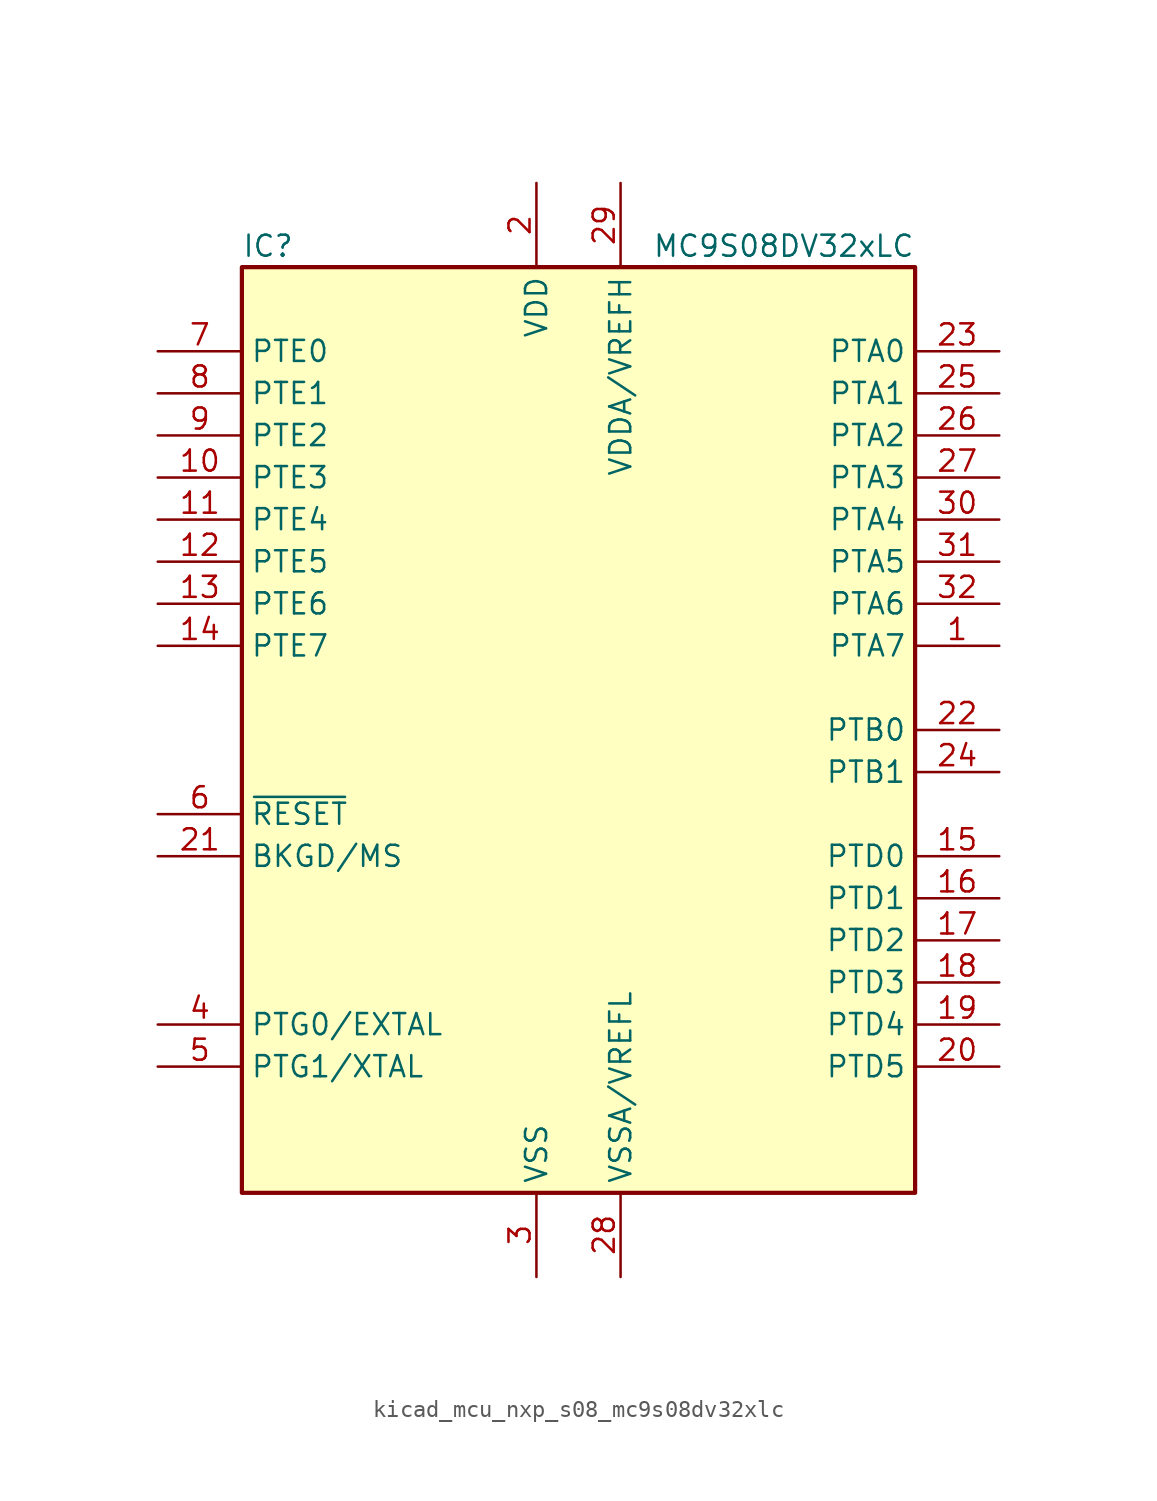
<source format=kicad_sym>
(kicad_symbol_lib
  (version 20220914)
  (generator kicad_symbol_editor)
  (symbol "kicad_mcu_nxp_s08_mc9s08dv32xlc"
    (property "Reference" "IC"
      (at -20.32 29.21 0)
      (effects (font (size 1.27 1.27)) (justify left)))
    (property "Value" "MC9S08DV32xLC"
      (at 20.32 29.21 0)
      (effects (font (size 1.27 1.27)) (justify right)))
    (symbol "kicad_mcu_nxp_s08_mc9s08dv32xlc_0_1"
      (rectangle (start -20.32 27.94) (end 20.32 -27.94) (stroke (width 0.254) (type default)) (fill (type background))))
    (symbol "kicad_mcu_nxp_s08_mc9s08dv32xlc_1_1"
      (pin bidirectional line (at 25.4 5.08 180) (length 5.08) (name "PTA7" (effects (font (size 1.27 1.27)))) (number "1" (effects (font (size 1.27 1.27)))))
      (pin bidirectional line (at -25.4 15.24 0) (length 5.08) (name "PTE3" (effects (font (size 1.27 1.27)))) (number "10" (effects (font (size 1.27 1.27)))))
      (pin bidirectional line (at -25.4 12.7 0) (length 5.08) (name "PTE4" (effects (font (size 1.27 1.27)))) (number "11" (effects (font (size 1.27 1.27)))))
      (pin bidirectional line (at -25.4 10.16 0) (length 5.08) (name "PTE5" (effects (font (size 1.27 1.27)))) (number "12" (effects (font (size 1.27 1.27)))))
      (pin bidirectional line (at -25.4 7.62 0) (length 5.08) (name "PTE6" (effects (font (size 1.27 1.27)))) (number "13" (effects (font (size 1.27 1.27)))))
      (pin bidirectional line (at -25.4 5.08 0) (length 5.08) (name "PTE7" (effects (font (size 1.27 1.27)))) (number "14" (effects (font (size 1.27 1.27)))))
      (pin bidirectional line (at 25.4 -7.62 180) (length 5.08) (name "PTD0" (effects (font (size 1.27 1.27)))) (number "15" (effects (font (size 1.27 1.27)))))
      (pin bidirectional line (at 25.4 -10.16 180) (length 5.08) (name "PTD1" (effects (font (size 1.27 1.27)))) (number "16" (effects (font (size 1.27 1.27)))))
      (pin bidirectional line (at 25.4 -12.7 180) (length 5.08) (name "PTD2" (effects (font (size 1.27 1.27)))) (number "17" (effects (font (size 1.27 1.27)))))
      (pin bidirectional line (at 25.4 -15.24 180) (length 5.08) (name "PTD3" (effects (font (size 1.27 1.27)))) (number "18" (effects (font (size 1.27 1.27)))))
      (pin bidirectional line (at 25.4 -17.78 180) (length 5.08) (name "PTD4" (effects (font (size 1.27 1.27)))) (number "19" (effects (font (size 1.27 1.27)))))
      (pin power_in line (at -2.54 33.02 270) (length 5.08) (name "VDD" (effects (font (size 1.27 1.27)))) (number "2" (effects (font (size 1.27 1.27)))))
      (pin bidirectional line (at 25.4 -20.32 180) (length 5.08) (name "PTD5" (effects (font (size 1.27 1.27)))) (number "20" (effects (font (size 1.27 1.27)))))
      (pin bidirectional line (at -25.4 -7.62 0) (length 5.08) (name "BKGD/MS" (effects (font (size 1.27 1.27)))) (number "21" (effects (font (size 1.27 1.27)))))
      (pin bidirectional line (at 25.4 0 180) (length 5.08) (name "PTB0" (effects (font (size 1.27 1.27)))) (number "22" (effects (font (size 1.27 1.27)))))
      (pin bidirectional line (at 25.4 22.86 180) (length 5.08) (name "PTA0" (effects (font (size 1.27 1.27)))) (number "23" (effects (font (size 1.27 1.27)))))
      (pin bidirectional line (at 25.4 -2.54 180) (length 5.08) (name "PTB1" (effects (font (size 1.27 1.27)))) (number "24" (effects (font (size 1.27 1.27)))))
      (pin bidirectional line (at 25.4 20.32 180) (length 5.08) (name "PTA1" (effects (font (size 1.27 1.27)))) (number "25" (effects (font (size 1.27 1.27)))))
      (pin bidirectional line (at 25.4 17.78 180) (length 5.08) (name "PTA2" (effects (font (size 1.27 1.27)))) (number "26" (effects (font (size 1.27 1.27)))))
      (pin bidirectional line (at 25.4 15.24 180) (length 5.08) (name "PTA3" (effects (font (size 1.27 1.27)))) (number "27" (effects (font (size 1.27 1.27)))))
      (pin power_in line (at 2.54 -33.02 90) (length 5.08) (name "VSSA/VREFL" (effects (font (size 1.27 1.27)))) (number "28" (effects (font (size 1.27 1.27)))))
      (pin power_in line (at 2.54 33.02 270) (length 5.08) (name "VDDA/VREFH" (effects (font (size 1.27 1.27)))) (number "29" (effects (font (size 1.27 1.27)))))
      (pin power_in line (at -2.54 -33.02 90) (length 5.08) (name "VSS" (effects (font (size 1.27 1.27)))) (number "3" (effects (font (size 1.27 1.27)))))
      (pin bidirectional line (at 25.4 12.7 180) (length 5.08) (name "PTA4" (effects (font (size 1.27 1.27)))) (number "30" (effects (font (size 1.27 1.27)))))
      (pin bidirectional line (at 25.4 10.16 180) (length 5.08) (name "PTA5" (effects (font (size 1.27 1.27)))) (number "31" (effects (font (size 1.27 1.27)))))
      (pin bidirectional line (at 25.4 7.62 180) (length 5.08) (name "PTA6" (effects (font (size 1.27 1.27)))) (number "32" (effects (font (size 1.27 1.27)))))
      (pin bidirectional line (at -25.4 -17.78 0) (length 5.08) (name "PTG0/EXTAL" (effects (font (size 1.27 1.27)))) (number "4" (effects (font (size 1.27 1.27)))))
      (pin bidirectional line (at -25.4 -20.32 0) (length 5.08) (name "PTG1/XTAL" (effects (font (size 1.27 1.27)))) (number "5" (effects (font (size 1.27 1.27)))))
      (pin input line (at -25.4 -5.08 0) (length 5.08) (name "~{RESET}" (effects (font (size 1.27 1.27)))) (number "6" (effects (font (size 1.27 1.27)))))
      (pin bidirectional line (at -25.4 22.86 0) (length 5.08) (name "PTE0" (effects (font (size 1.27 1.27)))) (number "7" (effects (font (size 1.27 1.27)))))
      (pin bidirectional line (at -25.4 20.32 0) (length 5.08) (name "PTE1" (effects (font (size 1.27 1.27)))) (number "8" (effects (font (size 1.27 1.27)))))
      (pin bidirectional line (at -25.4 17.78 0) (length 5.08) (name "PTE2" (effects (font (size 1.27 1.27)))) (number "9" (effects (font (size 1.27 1.27))))))))
</source>
